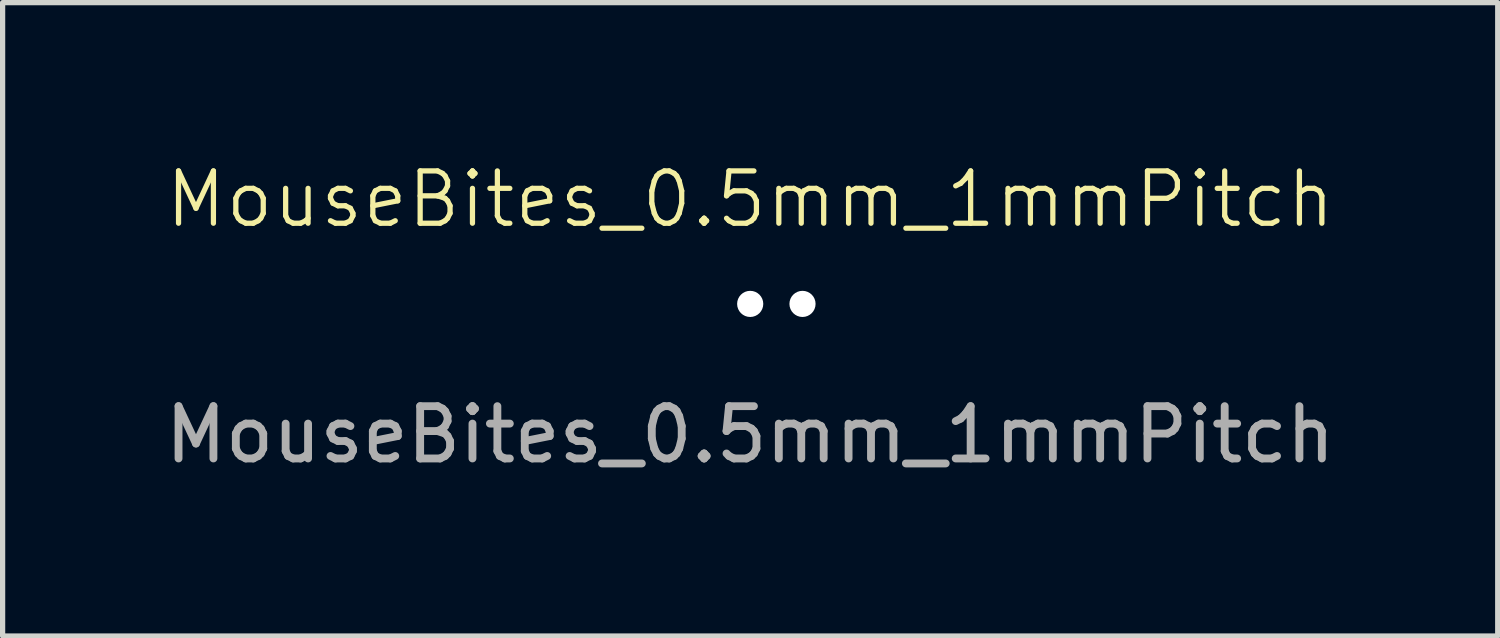
<source format=kicad_pcb>
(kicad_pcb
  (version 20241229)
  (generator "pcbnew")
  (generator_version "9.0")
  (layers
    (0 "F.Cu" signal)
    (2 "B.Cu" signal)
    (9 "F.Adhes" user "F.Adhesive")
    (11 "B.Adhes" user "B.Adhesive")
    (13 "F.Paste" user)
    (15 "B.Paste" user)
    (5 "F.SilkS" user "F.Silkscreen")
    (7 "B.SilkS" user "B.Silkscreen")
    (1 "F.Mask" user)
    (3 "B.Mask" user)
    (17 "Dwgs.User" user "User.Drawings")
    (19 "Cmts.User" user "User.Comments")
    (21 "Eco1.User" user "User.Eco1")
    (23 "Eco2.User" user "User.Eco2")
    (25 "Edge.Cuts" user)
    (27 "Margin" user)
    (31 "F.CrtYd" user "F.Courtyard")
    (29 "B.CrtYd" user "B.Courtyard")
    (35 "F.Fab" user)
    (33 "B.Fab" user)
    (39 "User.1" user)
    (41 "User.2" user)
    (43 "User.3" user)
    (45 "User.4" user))
  (footprint "MouseBites_0.5mm_1mmPitch"
    (layer "F.Cu")
    (at 11.292 2.76)
    (property "Reference" "MouseBites_0.5mm_1mmPitch" (at 0 -2 0) (unlocked yes) (layer "F.SilkS") (effects (font (size 1 1) (thickness 0.1))))
    (attr smd)
    (fp_text user "${REFERENCE}" (at 0 2.5 0) (unlocked yes) (layer "F.Fab") (effects (font (size 1 1) (thickness 0.15))))
    (pad "" np_thru_hole circle (at 0 0) (size 0.5 0.5) (drill 0.5) (layers "*.Cu" "*.Mask"))
    (pad "" np_thru_hole circle (at 1 0) (size 0.5 0.5) (drill 0.5) (layers "*.Cu" "*.Mask")))
  (gr_rect
    (start -3 -3)
    (end 25.583 9.109)
    (stroke (width 0.1) (type default))
    (fill no)
    (layer "Edge.Cuts")))
</source>
